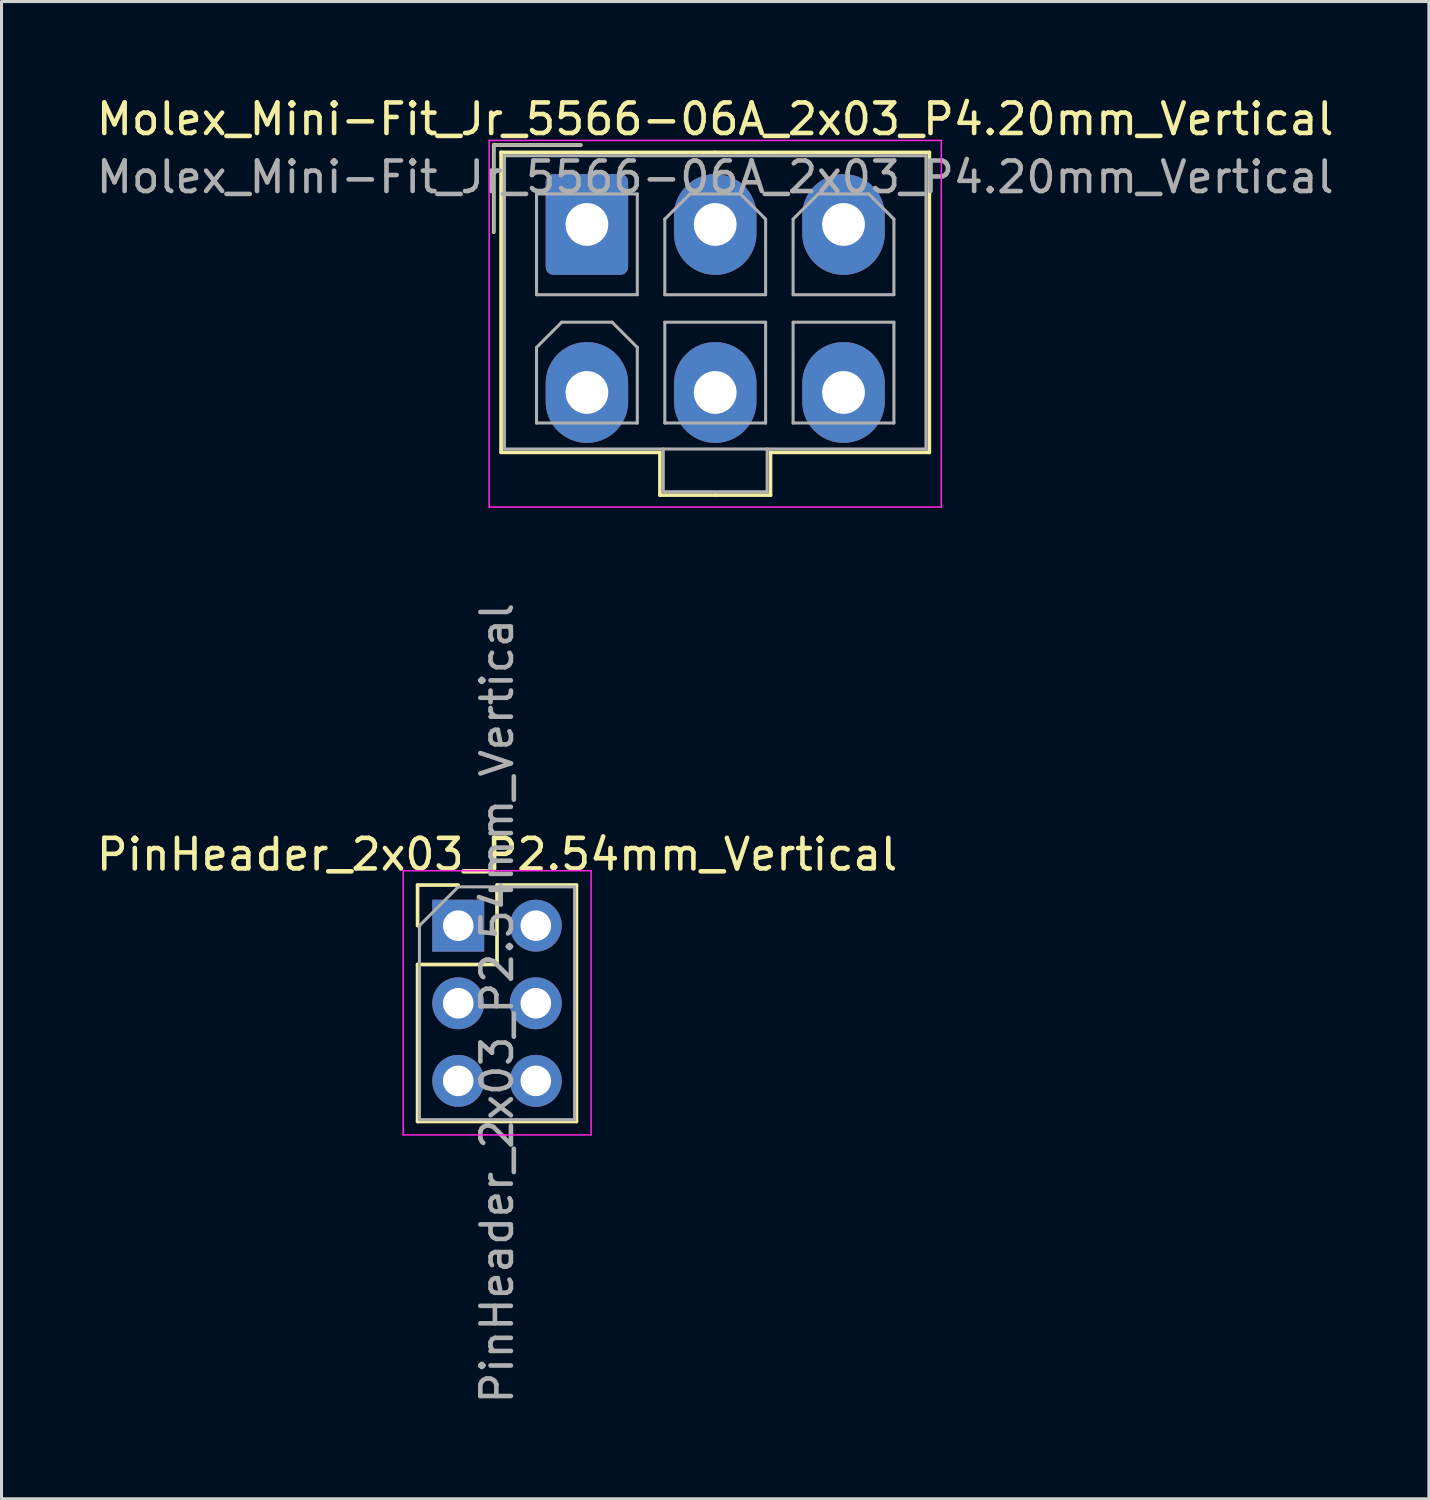
<source format=kicad_pcb>
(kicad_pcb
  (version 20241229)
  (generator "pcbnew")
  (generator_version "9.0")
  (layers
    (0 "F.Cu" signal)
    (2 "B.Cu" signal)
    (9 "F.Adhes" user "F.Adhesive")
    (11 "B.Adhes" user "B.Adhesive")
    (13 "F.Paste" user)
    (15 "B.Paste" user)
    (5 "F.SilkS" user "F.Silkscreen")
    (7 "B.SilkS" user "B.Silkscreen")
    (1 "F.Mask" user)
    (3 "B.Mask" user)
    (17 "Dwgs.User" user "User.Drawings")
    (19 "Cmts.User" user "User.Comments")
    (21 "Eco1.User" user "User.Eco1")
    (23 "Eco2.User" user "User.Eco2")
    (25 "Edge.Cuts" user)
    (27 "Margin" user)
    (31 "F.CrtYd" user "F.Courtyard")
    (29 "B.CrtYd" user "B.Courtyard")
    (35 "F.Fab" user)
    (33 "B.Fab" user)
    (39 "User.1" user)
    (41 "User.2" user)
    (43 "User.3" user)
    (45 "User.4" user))
  (footprint "PinHeader_2x03_P2.54mm_Vertical"
    (layer "F.Cu")
    (at 11.95 27.253)
    (property "Reference" "PinHeader_2x03_P2.54mm_Vertical" (at 1.27 -2.33 0) (layer "F.SilkS") (effects (font (size 1 1) (thickness 0.15))))
    (attr through_hole)
    (fp_line (start -1.33 -1.33) (end 0 -1.33) (stroke (width 0.12) (type solid)) (layer "F.SilkS"))
    (fp_line (start -1.33 0) (end -1.33 -1.33) (stroke (width 0.12) (type solid)) (layer "F.SilkS"))
    (fp_line (start -1.33 1.27) (end -1.33 6.41) (stroke (width 0.12) (type solid)) (layer "F.SilkS"))
    (fp_line (start -1.33 1.27) (end 1.27 1.27) (stroke (width 0.12) (type solid)) (layer "F.SilkS"))
    (fp_line (start -1.33 6.41) (end 3.87 6.41) (stroke (width 0.12) (type solid)) (layer "F.SilkS"))
    (fp_line (start 1.27 -1.33) (end 3.87 -1.33) (stroke (width 0.12) (type solid)) (layer "F.SilkS"))
    (fp_line (start 1.27 1.27) (end 1.27 -1.33) (stroke (width 0.12) (type solid)) (layer "F.SilkS"))
    (fp_line (start 3.87 -1.33) (end 3.87 6.41) (stroke (width 0.12) (type solid)) (layer "F.SilkS"))
    (fp_line (start -1.8 -1.8) (end -1.8 6.85) (stroke (width 0.05) (type solid)) (layer "F.CrtYd"))
    (fp_line (start -1.8 6.85) (end 4.35 6.85) (stroke (width 0.05) (type solid)) (layer "F.CrtYd"))
    (fp_line (start 4.35 -1.8) (end -1.8 -1.8) (stroke (width 0.05) (type solid)) (layer "F.CrtYd"))
    (fp_line (start 4.35 6.85) (end 4.35 -1.8) (stroke (width 0.05) (type solid)) (layer "F.CrtYd"))
    (fp_line (start -1.27 0) (end 0 -1.27) (stroke (width 0.1) (type solid)) (layer "F.Fab"))
    (fp_line (start -1.27 6.35) (end -1.27 0) (stroke (width 0.1) (type solid)) (layer "F.Fab"))
    (fp_line (start 0 -1.27) (end 3.81 -1.27) (stroke (width 0.1) (type solid)) (layer "F.Fab"))
    (fp_line (start 3.81 -1.27) (end 3.81 6.35) (stroke (width 0.1) (type solid)) (layer "F.Fab"))
    (fp_line (start 3.81 6.35) (end -1.27 6.35) (stroke (width 0.1) (type solid)) (layer "F.Fab"))
    (fp_text user "${REFERENCE}" (at 1.27 2.54 90) (layer "F.Fab") (effects (font (size 1 1) (thickness 0.15))))
    (pad "1" thru_hole rect (at 0 0) (size 1.7 1.7) (drill 1) (layers "*.Cu" "*.Mask"))
    (pad "2" thru_hole oval (at 0 2.54) (size 1.7 1.7) (drill 1) (layers "*.Cu" "*.Mask"))
    (pad "3" thru_hole oval (at 0 5.08) (size 1.7 1.7) (drill 1) (layers "*.Cu" "*.Mask"))
    (pad "4" thru_hole oval (at 2.54 5.08) (size 1.7 1.7) (drill 1) (layers "*.Cu" "*.Mask"))
    (pad "5" thru_hole oval (at 2.54 2.54) (size 1.7 1.7) (drill 1) (layers "*.Cu" "*.Mask" "B.Adhes"))
    (pad "6" thru_hole oval (at 2.54 0) (size 1.7 1.7) (drill 1) (layers "*.Cu" "*.Mask")))
  (footprint "Molex_Mini-Fit_Jr_5566-06A_2x03_P4.20mm_Vertical"
    (layer "F.Cu")
    (at 16.163 4.298)
    (property "Reference" "Molex_Mini-Fit_Jr_5566-06A_2x03_P4.20mm_Vertical" (at 4.2 -3.45 0) (layer "F.SilkS") (effects (font (size 1 1) (thickness 0.15))))
    (attr through_hole)
    (fp_line (start -3.05 -2.6) (end -3.05 0.25) (stroke (width 0.12) (type solid)) (layer "F.SilkS"))
    (fp_line (start -2.81 -2.36) (end -2.81 7.46) (stroke (width 0.12) (type solid)) (layer "F.SilkS"))
    (fp_line (start -2.81 7.46) (end 2.39 7.46) (stroke (width 0.12) (type solid)) (layer "F.SilkS"))
    (fp_line (start -0.2 -2.6) (end -3.05 -2.6) (stroke (width 0.12) (type solid)) (layer "F.SilkS"))
    (fp_line (start 2.39 7.46) (end 2.39 8.86) (stroke (width 0.12) (type solid)) (layer "F.SilkS"))
    (fp_line (start 2.39 8.86) (end 4.2 8.86) (stroke (width 0.12) (type solid)) (layer "F.SilkS"))
    (fp_line (start 4.2 -2.36) (end -2.81 -2.36) (stroke (width 0.12) (type solid)) (layer "F.SilkS"))
    (fp_line (start 4.2 -2.36) (end 11.21 -2.36) (stroke (width 0.12) (type solid)) (layer "F.SilkS"))
    (fp_line (start 6.01 7.46) (end 6.01 8.86) (stroke (width 0.12) (type solid)) (layer "F.SilkS"))
    (fp_line (start 6.01 8.86) (end 4.2 8.86) (stroke (width 0.12) (type solid)) (layer "F.SilkS"))
    (fp_line (start 11.21 -2.36) (end 11.21 7.46) (stroke (width 0.12) (type solid)) (layer "F.SilkS"))
    (fp_line (start 11.21 7.46) (end 6.01 7.46) (stroke (width 0.12) (type solid)) (layer "F.SilkS"))
    (fp_line (start -3.2 -2.75) (end -3.2 9.25) (stroke (width 0.05) (type solid)) (layer "F.CrtYd"))
    (fp_line (start -3.2 9.25) (end 11.6 9.25) (stroke (width 0.05) (type solid)) (layer "F.CrtYd"))
    (fp_line (start 11.6 -2.75) (end -3.2 -2.75) (stroke (width 0.05) (type solid)) (layer "F.CrtYd"))
    (fp_line (start 11.6 9.25) (end 11.6 -2.75) (stroke (width 0.05) (type solid)) (layer "F.CrtYd"))
    (fp_line (start -3.05 -2.6) (end -3.05 0.25) (stroke (width 0.1) (type solid)) (layer "F.Fab"))
    (fp_line (start -2.7 -2.25) (end -2.7 7.35) (stroke (width 0.1) (type solid)) (layer "F.Fab"))
    (fp_line (start -2.7 7.35) (end 11.1 7.35) (stroke (width 0.1) (type solid)) (layer "F.Fab"))
    (fp_line (start -1.65 -1) (end -1.65 2.3) (stroke (width 0.1) (type solid)) (layer "F.Fab"))
    (fp_line (start -1.65 2.3) (end 1.65 2.3) (stroke (width 0.1) (type solid)) (layer "F.Fab"))
    (fp_line (start -1.65 4.025) (end -0.825 3.2) (stroke (width 0.1) (type solid)) (layer "F.Fab"))
    (fp_line (start -1.65 6.5) (end -1.65 4.025) (stroke (width 0.1) (type solid)) (layer "F.Fab"))
    (fp_line (start -0.825 3.2) (end 0.825 3.2) (stroke (width 0.1) (type solid)) (layer "F.Fab"))
    (fp_line (start -0.2 -2.6) (end -3.05 -2.6) (stroke (width 0.1) (type solid)) (layer "F.Fab"))
    (fp_line (start 0.825 3.2) (end 1.65 4.025) (stroke (width 0.1) (type solid)) (layer "F.Fab"))
    (fp_line (start 1.65 -1) (end -1.65 -1) (stroke (width 0.1) (type solid)) (layer "F.Fab"))
    (fp_line (start 1.65 2.3) (end 1.65 -1) (stroke (width 0.1) (type solid)) (layer "F.Fab"))
    (fp_line (start 1.65 4.025) (end 1.65 6.5) (stroke (width 0.1) (type solid)) (layer "F.Fab"))
    (fp_line (start 1.65 6.5) (end -1.65 6.5) (stroke (width 0.1) (type solid)) (layer "F.Fab"))
    (fp_line (start 2.5 7.35) (end 2.5 8.75) (stroke (width 0.1) (type solid)) (layer "F.Fab"))
    (fp_line (start 2.5 8.75) (end 5.9 8.75) (stroke (width 0.1) (type solid)) (layer "F.Fab"))
    (fp_line (start 2.55 -0.175) (end 3.375 -1) (stroke (width 0.1) (type solid)) (layer "F.Fab"))
    (fp_line (start 2.55 2.3) (end 2.55 -0.175) (stroke (width 0.1) (type solid)) (layer "F.Fab"))
    (fp_line (start 2.55 3.2) (end 2.55 6.5) (stroke (width 0.1) (type solid)) (layer "F.Fab"))
    (fp_line (start 2.55 6.5) (end 5.85 6.5) (stroke (width 0.1) (type solid)) (layer "F.Fab"))
    (fp_line (start 3.375 -1) (end 5.025 -1) (stroke (width 0.1) (type solid)) (layer "F.Fab"))
    (fp_line (start 5.025 -1) (end 5.85 -0.175) (stroke (width 0.1) (type solid)) (layer "F.Fab"))
    (fp_line (start 5.85 -0.175) (end 5.85 2.3) (stroke (width 0.1) (type solid)) (layer "F.Fab"))
    (fp_line (start 5.85 2.3) (end 2.55 2.3) (stroke (width 0.1) (type solid)) (layer "F.Fab"))
    (fp_line (start 5.85 3.2) (end 2.55 3.2) (stroke (width 0.1) (type solid)) (layer "F.Fab"))
    (fp_line (start 5.85 6.5) (end 5.85 3.2) (stroke (width 0.1) (type solid)) (layer "F.Fab"))
    (fp_line (start 5.9 8.75) (end 5.9 7.35) (stroke (width 0.1) (type solid)) (layer "F.Fab"))
    (fp_line (start 6.75 -0.175) (end 7.575 -1) (stroke (width 0.1) (type solid)) (layer "F.Fab"))
    (fp_line (start 6.75 2.3) (end 6.75 -0.175) (stroke (width 0.1) (type solid)) (layer "F.Fab"))
    (fp_line (start 6.75 3.2) (end 6.75 6.5) (stroke (width 0.1) (type solid)) (layer "F.Fab"))
    (fp_line (start 6.75 6.5) (end 10.05 6.5) (stroke (width 0.1) (type solid)) (layer "F.Fab"))
    (fp_line (start 7.575 -1) (end 9.225 -1) (stroke (width 0.1) (type solid)) (layer "F.Fab"))
    (fp_line (start 9.225 -1) (end 10.05 -0.175) (stroke (width 0.1) (type solid)) (layer "F.Fab"))
    (fp_line (start 10.05 -0.175) (end 10.05 2.3) (stroke (width 0.1) (type solid)) (layer "F.Fab"))
    (fp_line (start 10.05 2.3) (end 6.75 2.3) (stroke (width 0.1) (type solid)) (layer "F.Fab"))
    (fp_line (start 10.05 3.2) (end 6.75 3.2) (stroke (width 0.1) (type solid)) (layer "F.Fab"))
    (fp_line (start 10.05 6.5) (end 10.05 3.2) (stroke (width 0.1) (type solid)) (layer "F.Fab"))
    (fp_line (start 11.1 -2.25) (end -2.7 -2.25) (stroke (width 0.1) (type solid)) (layer "F.Fab"))
    (fp_line (start 11.1 7.35) (end 11.1 -2.25) (stroke (width 0.1) (type solid)) (layer "F.Fab"))
    (fp_text user "${REFERENCE}" (at 4.2 -1.55 0) (layer "F.Fab") (effects (font (size 1 1) (thickness 0.15))))
    (pad "1" thru_hole roundrect (at 0 0) (size 2.7 3.3) (drill 1.4) (layers "*.Cu" "*.Mask") (roundrect_rratio 0.093))
    (pad "2" thru_hole oval (at 4.2 0) (size 2.7 3.3) (drill 1.4) (layers "*.Cu" "*.Mask"))
    (pad "3" thru_hole oval (at 8.4 0) (size 2.7 3.3) (drill 1.4) (layers "*.Cu" "*.Mask"))
    (pad "4" thru_hole oval (at 0 5.5) (size 2.7 3.3) (drill 1.4) (layers "*.Cu" "*.Mask"))
    (pad "5" thru_hole oval (at 4.2 5.5) (size 2.7 3.3) (drill 1.4) (layers "*.Cu" "*.Mask"))
    (pad "6" thru_hole oval (at 8.4 5.5) (size 2.7 3.3) (drill 1.4) (layers "*.Cu" "*.Mask")))
  (gr_rect
    (start -3 -3)
    (end 43.726 46.014)
    (stroke (width 0.1) (type default))
    (fill no)
    (layer "Edge.Cuts")))
</source>
